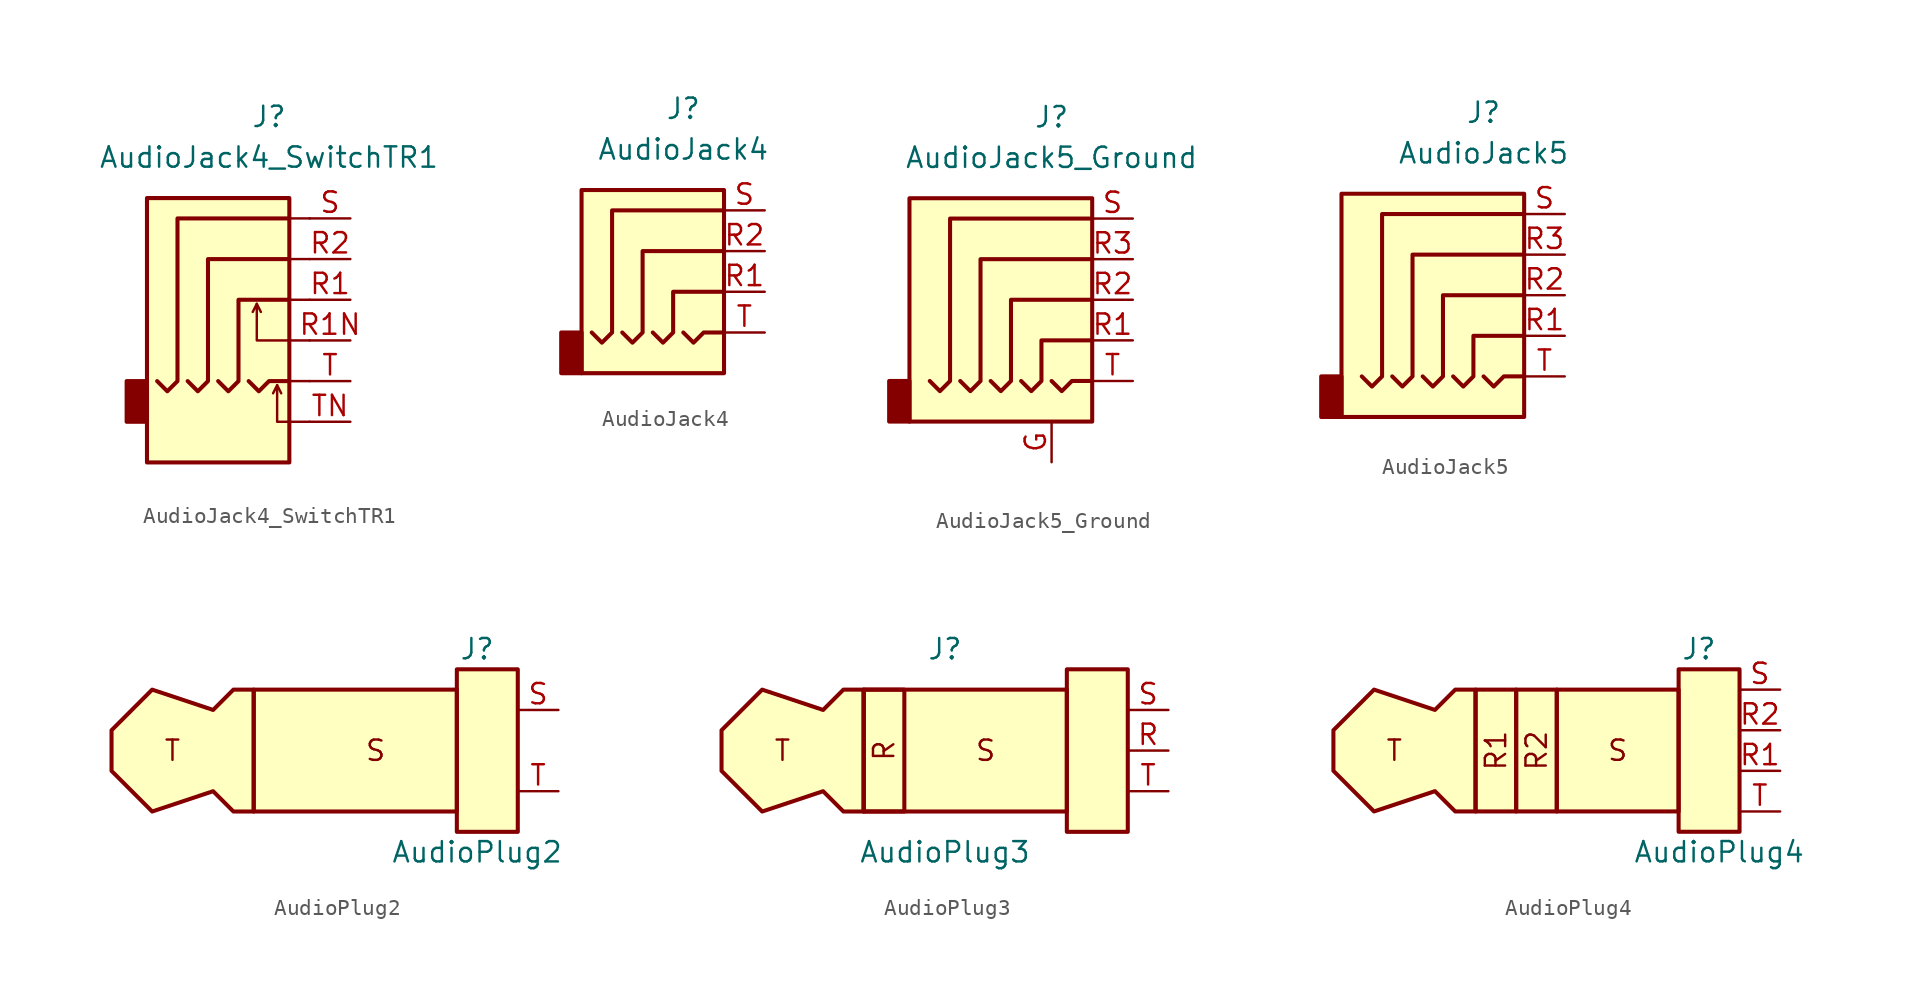
<source format=kicad_sym>
(kicad_symbol_lib
  (version 20201005)
  (generator kicad_symbol_editor)
  (symbol "Connector:AudioJack4_SwitchTR1"
    (property "Reference" "J"
      (at 0 11.43 0)
      (effects (font (size 1.27 1.27))))
    (property "Value" "AudioJack4_SwitchTR1"
      (at 0 8.89 0)
      (effects (font (size 1.27 1.27))))
    (symbol "AudioJack4_SwitchTR1_0_1"
      (rectangle (start -7.62 -5.08) (end -8.89 -7.62) (stroke (width 0.254)) (fill (type outline)))
      (rectangle (start 1.27 6.35) (end -7.62 -10.16) (stroke (width 0.254)) (fill (type background)))
      (polyline (pts (xy 1.27 -5.08) (xy 2.54 -5.08)) (stroke (width 0)) (fill (type none)))
      (polyline (pts (xy 1.27 2.54) (xy 2.54 2.54)) (stroke (width 0)) (fill (type none)))
      (polyline (pts (xy 2.54 0) (xy 1.27 0)) (stroke (width 0)) (fill (type none)))
      (polyline (pts (xy 2.54 5.08) (xy 1.27 5.08)) (stroke (width 0)) (fill (type none))))
    (symbol "AudioJack4_SwitchTR1_1_1"
      (polyline (pts (xy -0.762 -0.254) (xy -0.508 -0.762)) (stroke (width 0)) (fill (type none)))
      (polyline (pts (xy 0.508 -5.334) (xy 0.762 -5.842)) (stroke (width 0)) (fill (type none)))
      (polyline (pts (xy -1.27 -5.08) (xy -0.635 -5.715) (xy 0 -5.08) (xy 1.27 -5.08)) (stroke (width 0.254)) (fill (type none)))
      (polyline (pts (xy 2.54 -7.62) (xy 0.508 -7.62) (xy 0.508 -5.334) (xy 0.254 -5.842)) (stroke (width 0)) (fill (type none)))
      (polyline (pts (xy 2.54 -2.54) (xy -0.762 -2.54) (xy -0.762 -0.254) (xy -1.016 -0.762)) (stroke (width 0)) (fill (type none)))
      (polyline (pts (xy -3.175 -5.08) (xy -2.54 -5.715) (xy -1.905 -5.08) (xy -1.905 0) (xy 1.27 0)) (stroke (width 0.254)) (fill (type none)))
      (polyline (pts (xy 1.27 2.54) (xy -3.81 2.54) (xy -3.81 -5.08) (xy -4.445 -5.715) (xy -5.08 -5.08)) (stroke (width 0.254)) (fill (type none)))
      (polyline (pts (xy 1.27 5.08) (xy -5.715 5.08) (xy -5.715 -5.08) (xy -6.35 -5.715) (xy -6.985 -5.08)) (stroke (width 0.254)) (fill (type none)))
      (pin passive line (at 5.08 0 180) (length 2.54) (name "~" (effects (font (size 1.27 1.27)))) (number "R1" (effects (font (size 1.27 1.27)))))
      (pin passive line (at 5.08 -2.54 180) (length 2.54) (name "~" (effects (font (size 1.27 1.27)))) (number "R1N" (effects (font (size 1.27 1.27)))))
      (pin passive line (at 5.08 2.54 180) (length 2.54) (name "~" (effects (font (size 1.27 1.27)))) (number "R2" (effects (font (size 1.27 1.27)))))
      (pin passive line (at 5.08 5.08 180) (length 2.54) (name "~" (effects (font (size 1.27 1.27)))) (number "S" (effects (font (size 1.27 1.27)))))
      (pin passive line (at 5.08 -5.08 180) (length 2.54) (name "~" (effects (font (size 1.27 1.27)))) (number "T" (effects (font (size 1.27 1.27)))))
      (pin passive line (at 5.08 -7.62 180) (length 2.54) (name "~" (effects (font (size 1.27 1.27)))) (number "TN" (effects (font (size 1.27 1.27)))))))
  (symbol "Connector:AudioJack4"
    (property "Reference" "J"
      (at 0 8.89 0)
      (effects (font (size 1.27 1.27))))
    (property "Value" "AudioJack4"
      (at 0 6.35 0)
      (effects (font (size 1.27 1.27))))
    (symbol "AudioJack4_0_1"
      (rectangle (start -6.35 -5.08) (end -7.62 -7.62) (stroke (width 0.254)) (fill (type outline)))
      (rectangle (start 2.54 3.81) (end -6.35 -7.62) (stroke (width 0.254)) (fill (type background)))
      (polyline (pts (xy 0 -5.08) (xy 0.635 -5.715) (xy 1.27 -5.08) (xy 2.54 -5.08)) (stroke (width 0.254)) (fill (type none)))
      (polyline (pts (xy -5.715 -5.08) (xy -5.08 -5.715) (xy -4.445 -5.08) (xy -4.445 2.54) (xy 2.54 2.54)) (stroke (width 0.254)) (fill (type none)))
      (polyline (pts (xy -1.905 -5.08) (xy -1.27 -5.715) (xy -0.635 -5.08) (xy -0.635 -2.54) (xy 2.54 -2.54)) (stroke (width 0.254)) (fill (type none)))
      (polyline (pts (xy 2.54 0) (xy -2.54 0) (xy -2.54 -5.08) (xy -3.175 -5.715) (xy -3.81 -5.08)) (stroke (width 0.254)) (fill (type none))))
    (symbol "AudioJack4_1_1"
      (pin passive line (at 5.08 -2.54 180) (length 2.54) (name "~" (effects (font (size 1.27 1.27)))) (number "R1" (effects (font (size 1.27 1.27)))))
      (pin passive line (at 5.08 0 180) (length 2.54) (name "~" (effects (font (size 1.27 1.27)))) (number "R2" (effects (font (size 1.27 1.27)))))
      (pin passive line (at 5.08 2.54 180) (length 2.54) (name "~" (effects (font (size 1.27 1.27)))) (number "S" (effects (font (size 1.27 1.27)))))
      (pin passive line (at 5.08 -5.08 180) (length 2.54) (name "~" (effects (font (size 1.27 1.27)))) (number "T" (effects (font (size 1.27 1.27)))))))
  (symbol "Connector:AudioJack5_Ground"
    (property "Reference" "J"
      (at 0 11.43 0)
      (effects (font (size 1.27 1.27))))
    (property "Value" "AudioJack5_Ground"
      (at 0 8.89 0)
      (effects (font (size 1.27 1.27))))
    (symbol "AudioJack5_Ground_0_1"
      (rectangle (start -8.89 -5.08) (end -10.16 -7.62) (stroke (width 0.254)) (fill (type outline)))
      (rectangle (start 2.54 6.35) (end -8.89 -7.62) (stroke (width 0.254)) (fill (type background)))
      (polyline (pts (xy 0 -5.08) (xy 0.635 -5.715) (xy 1.27 -5.08) (xy 2.54 -5.08)) (stroke (width 0.254)) (fill (type none)))
      (polyline (pts (xy -5.715 -5.08) (xy -5.08 -5.715) (xy -4.445 -5.08) (xy -4.445 2.54) (xy 2.54 2.54)) (stroke (width 0.254)) (fill (type none)))
      (polyline (pts (xy -1.905 -5.08) (xy -1.27 -5.715) (xy -0.635 -5.08) (xy -0.635 -2.54) (xy 2.54 -2.54)) (stroke (width 0.254)) (fill (type none)))
      (polyline (pts (xy 2.54 0) (xy -2.54 0) (xy -2.54 -5.08) (xy -3.175 -5.715) (xy -3.81 -5.08)) (stroke (width 0.254)) (fill (type none)))
      (polyline (pts (xy 2.54 5.08) (xy -6.35 5.08) (xy -6.35 -5.08) (xy -6.985 -5.715) (xy -7.62 -5.08)) (stroke (width 0.254)) (fill (type none))))
    (symbol "AudioJack5_Ground_1_1"
      (pin passive line (at 0 -10.16 90) (length 2.54) (name "~" (effects (font (size 1.27 1.27)))) (number "G" (effects (font (size 1.27 1.27)))))
      (pin passive line (at 5.08 -2.54 180) (length 2.54) (name "~" (effects (font (size 1.27 1.27)))) (number "R1" (effects (font (size 1.27 1.27)))))
      (pin passive line (at 5.08 0 180) (length 2.54) (name "~" (effects (font (size 1.27 1.27)))) (number "R2" (effects (font (size 1.27 1.27)))))
      (pin passive line (at 5.08 2.54 180) (length 2.54) (name "~" (effects (font (size 1.27 1.27)))) (number "R3" (effects (font (size 1.27 1.27)))))
      (pin passive line (at 5.08 5.08 180) (length 2.54) (name "~" (effects (font (size 1.27 1.27)))) (number "S" (effects (font (size 1.27 1.27)))))
      (pin passive line (at 5.08 -5.08 180) (length 2.54) (name "~" (effects (font (size 1.27 1.27)))) (number "T" (effects (font (size 1.27 1.27)))))))
  (symbol "Connector:AudioJack5"
    (property "Reference" "J"
      (at 0 11.43 0)
      (effects (font (size 1.27 1.27))))
    (property "Value" "AudioJack5"
      (at 0 8.89 0)
      (effects (font (size 1.27 1.27))))
    (symbol "AudioJack5_0_1"
      (rectangle (start -8.89 -5.08) (end -10.16 -7.62) (stroke (width 0.254)) (fill (type outline)))
      (rectangle (start 2.54 6.35) (end -8.89 -7.62) (stroke (width 0.254)) (fill (type background)))
      (polyline (pts (xy 0 -5.08) (xy 0.635 -5.715) (xy 1.27 -5.08) (xy 2.54 -5.08)) (stroke (width 0.254)) (fill (type none)))
      (polyline (pts (xy -5.715 -5.08) (xy -5.08 -5.715) (xy -4.445 -5.08) (xy -4.445 2.54) (xy 2.54 2.54)) (stroke (width 0.254)) (fill (type none)))
      (polyline (pts (xy -1.905 -5.08) (xy -1.27 -5.715) (xy -0.635 -5.08) (xy -0.635 -2.54) (xy 2.54 -2.54)) (stroke (width 0.254)) (fill (type none)))
      (polyline (pts (xy 2.54 0) (xy -2.54 0) (xy -2.54 -5.08) (xy -3.175 -5.715) (xy -3.81 -5.08)) (stroke (width 0.254)) (fill (type none)))
      (polyline (pts (xy 2.54 5.08) (xy -6.35 5.08) (xy -6.35 -5.08) (xy -6.985 -5.715) (xy -7.62 -5.08)) (stroke (width 0.254)) (fill (type none))))
    (symbol "AudioJack5_1_1"
      (pin passive line (at 5.08 -2.54 180) (length 2.54) (name "~" (effects (font (size 1.27 1.27)))) (number "R1" (effects (font (size 1.27 1.27)))))
      (pin passive line (at 5.08 0 180) (length 2.54) (name "~" (effects (font (size 1.27 1.27)))) (number "R2" (effects (font (size 1.27 1.27)))))
      (pin passive line (at 5.08 2.54 180) (length 2.54) (name "~" (effects (font (size 1.27 1.27)))) (number "R3" (effects (font (size 1.27 1.27)))))
      (pin passive line (at 5.08 5.08 180) (length 2.54) (name "~" (effects (font (size 1.27 1.27)))) (number "S" (effects (font (size 1.27 1.27)))))
      (pin passive line (at 5.08 -5.08 180) (length 2.54) (name "~" (effects (font (size 1.27 1.27)))) (number "T" (effects (font (size 1.27 1.27)))))))
  (symbol "Connector:AudioPlug2"
    (property "Reference" "J"
      (at 10.16 6.35 0)
      (effects (font (size 1.27 1.27))))
    (property "Value" "AudioPlug2"
      (at 10.16 -6.35 0)
      (effects (font (size 1.27 1.27))))
    (symbol "AudioPlug2_0_0"
      (text "S" (at 3.81 0 0) (effects (font (size 1.27 1.27))))
      (text "T" (at -8.89 0 0) (effects (font (size 1.27 1.27)))))
    (symbol "AudioPlug2_0_1"
      (rectangle (start -3.81 3.81) (end 8.89 -3.81) (stroke (width 0.254)) (fill (type background)))
      (rectangle (start 12.7 5.08) (end 8.89 -5.08) (stroke (width 0.254)) (fill (type background)))
      (polyline (pts (xy -3.81 3.81) (xy -5.08 3.81) (xy -6.35 2.54) (xy -10.16 3.81) (xy -12.7 1.27) (xy -12.7 -1.27) (xy -10.16 -3.81) (xy -6.35 -2.54) (xy -5.08 -3.81) (xy -3.81 -3.81) (xy -3.81 3.81)) (stroke (width 0.254)) (fill (type background))))
    (symbol "AudioPlug2_1_1"
      (pin passive line (at 15.24 2.54 180) (length 2.54) (name "~" (effects (font (size 1.27 1.27)))) (number "S" (effects (font (size 1.27 1.27)))))
      (pin passive line (at 15.24 -2.54 180) (length 2.54) (name "~" (effects (font (size 1.27 1.27)))) (number "T" (effects (font (size 1.27 1.27)))))))
  (symbol "Connector:AudioPlug3"
    (property "Reference" "J"
      (at 1.27 6.35 0)
      (effects (font (size 1.27 1.27))))
    (property "Value" "AudioPlug3"
      (at 1.27 -6.35 0)
      (effects (font (size 1.27 1.27))))
    (symbol "AudioPlug3_0_0"
      (text "R" (at -2.54 0 900) (effects (font (size 1.27 1.27)))))
    (symbol "AudioPlug3_0_1"
      (rectangle (start -3.81 3.81) (end -1.27 -3.81) (stroke (width 0.254)) (fill (type none)))
      (rectangle (start -1.27 -1.27) (end -1.27 -1.27) (stroke (width 0)) (fill (type none))))
    (symbol "AudioPlug3_1_0"
      (text "S" (at 3.81 0 0) (effects (font (size 1.27 1.27))))
      (text "T" (at -8.89 0 0) (effects (font (size 1.27 1.27)))))
    (symbol "AudioPlug3_1_1"
      (rectangle (start -3.81 3.81) (end 8.89 -3.81) (stroke (width 0.254)) (fill (type background)))
      (rectangle (start 12.7 5.08) (end 8.89 -5.08) (stroke (width 0.254)) (fill (type background)))
      (polyline (pts (xy -3.81 3.81) (xy -5.08 3.81) (xy -6.35 2.54) (xy -10.16 3.81) (xy -12.7 1.27) (xy -12.7 -1.27) (xy -10.16 -3.81) (xy -6.35 -2.54) (xy -5.08 -3.81) (xy -3.81 -3.81) (xy -3.81 3.81)) (stroke (width 0.254)) (fill (type background)))
      (pin passive line (at 15.24 0 180) (length 2.54) (name "~" (effects (font (size 1.27 1.27)))) (number "R" (effects (font (size 1.27 1.27)))))
      (pin passive line (at 15.24 2.54 180) (length 2.54) (name "~" (effects (font (size 1.27 1.27)))) (number "S" (effects (font (size 1.27 1.27)))))
      (pin passive line (at 15.24 -2.54 180) (length 2.54) (name "~" (effects (font (size 1.27 1.27)))) (number "T" (effects (font (size 1.27 1.27)))))))
  (symbol "Connector:AudioPlug4"
    (property "Reference" "J"
      (at 10.16 5.08 0)
      (effects (font (size 1.27 1.27))))
    (property "Value" "AudioPlug4"
      (at 11.43 -7.62 0)
      (effects (font (size 1.27 1.27))))
    (symbol "AudioPlug4_0_0"
      (text "R1" (at -2.54 -1.27 900) (effects (font (size 1.27 1.27))))
      (text "R2" (at 0 -1.27 900) (effects (font (size 1.27 1.27))))
      (text "S" (at 5.08 -1.27 0) (effects (font (size 1.27 1.27))))
      (text "T" (at -8.89 -1.27 0) (effects (font (size 1.27 1.27)))))
    (symbol "AudioPlug4_0_1"
      (rectangle (start -1.27 2.54) (end -3.81 -5.08) (stroke (width 0.254)) (fill (type background)))
      (rectangle (start 1.27 2.54) (end -1.27 -5.08) (stroke (width 0.254)) (fill (type background)))
      (rectangle (start 1.27 2.54) (end 8.89 -5.08) (stroke (width 0.254)) (fill (type background)))
      (rectangle (start 12.7 3.81) (end 8.89 -6.35) (stroke (width 0.254)) (fill (type background)))
      (polyline (pts (xy -3.81 2.54) (xy -5.08 2.54) (xy -6.35 1.27) (xy -10.16 2.54) (xy -12.7 0) (xy -12.7 -2.54) (xy -10.16 -5.08) (xy -6.35 -3.81) (xy -5.08 -5.08) (xy -3.81 -5.08) (xy -3.81 2.54)) (stroke (width 0.254)) (fill (type background))))
    (symbol "AudioPlug4_1_1"
      (pin passive line (at 15.24 -2.54 180) (length 2.54) (name "~" (effects (font (size 1.27 1.27)))) (number "R1" (effects (font (size 1.27 1.27)))))
      (pin passive line (at 15.24 0 180) (length 2.54) (name "~" (effects (font (size 1.27 1.27)))) (number "R2" (effects (font (size 1.27 1.27)))))
      (pin passive line (at 15.24 2.54 180) (length 2.54) (name "~" (effects (font (size 1.27 1.27)))) (number "S" (effects (font (size 1.27 1.27)))))
      (pin passive line (at 15.24 -5.08 180) (length 2.54) (name "~" (effects (font (size 1.27 1.27)))) (number "T" (effects (font (size 1.27 1.27))))))))
</source>
